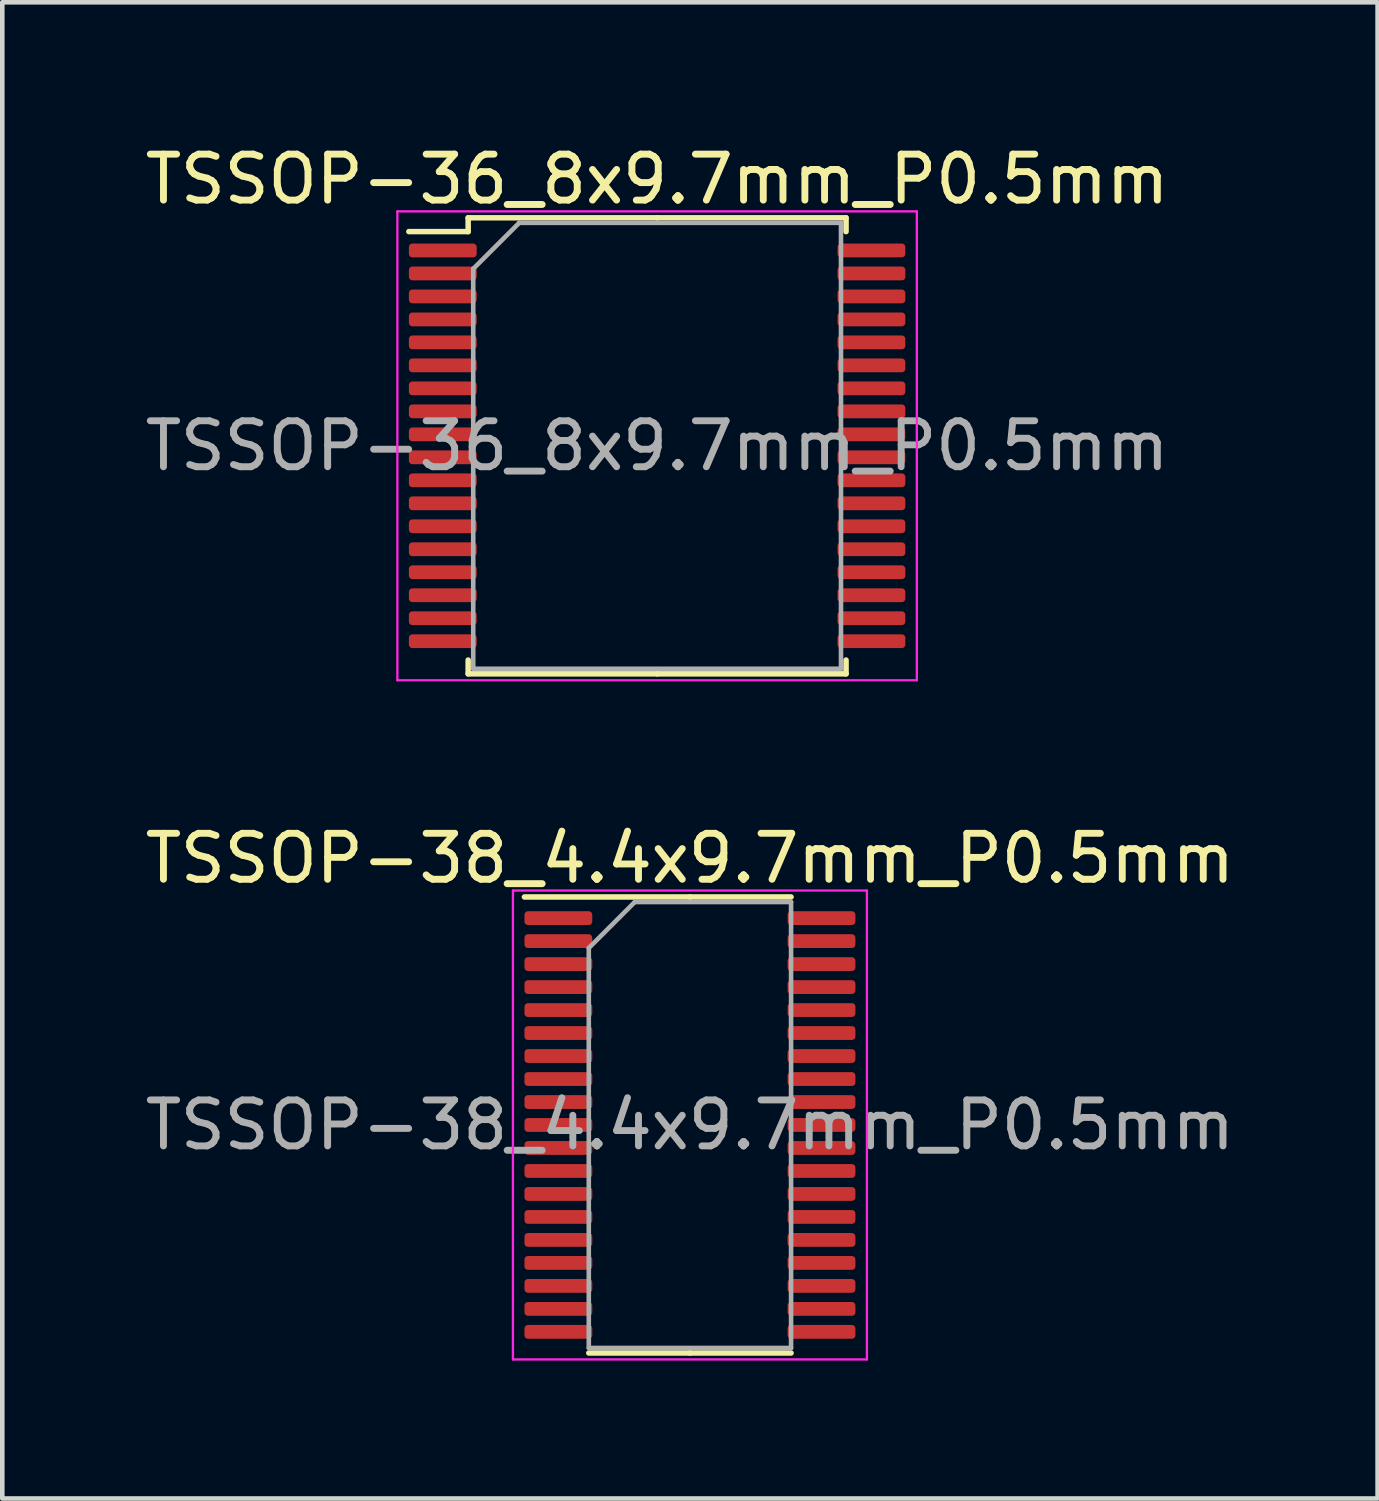
<source format=kicad_pcb>
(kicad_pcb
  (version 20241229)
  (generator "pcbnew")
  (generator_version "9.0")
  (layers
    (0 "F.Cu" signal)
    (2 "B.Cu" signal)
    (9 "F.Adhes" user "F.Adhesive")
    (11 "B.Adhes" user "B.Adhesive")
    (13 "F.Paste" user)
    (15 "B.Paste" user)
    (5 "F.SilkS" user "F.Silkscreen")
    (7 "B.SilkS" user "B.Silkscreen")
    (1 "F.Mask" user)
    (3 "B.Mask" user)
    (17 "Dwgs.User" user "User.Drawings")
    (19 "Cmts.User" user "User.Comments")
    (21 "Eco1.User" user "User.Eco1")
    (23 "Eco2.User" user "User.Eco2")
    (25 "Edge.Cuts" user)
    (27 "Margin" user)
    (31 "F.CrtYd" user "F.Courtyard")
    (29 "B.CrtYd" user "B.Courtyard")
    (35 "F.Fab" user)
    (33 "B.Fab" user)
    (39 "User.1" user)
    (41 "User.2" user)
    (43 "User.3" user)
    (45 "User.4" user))
  (footprint "TSSOP-36_8x9.7mm_P0.5mm"
    (layer "F.Cu")
    (at 11.244 6.648)
    (property "Reference" "TSSOP-36_8x9.7mm_P0.5mm" (at 0 -5.8 0) (layer "F.SilkS") (effects (font (size 1 1) (thickness 0.15))))
    (attr smd)
    (fp_line (start -4.11 -4.96) (end -4.11 -4.66) (stroke (width 0.12) (type solid)) (layer "F.SilkS"))
    (fp_line (start -4.11 -4.66) (end -5.4 -4.66) (stroke (width 0.12) (type solid)) (layer "F.SilkS"))
    (fp_line (start -4.11 4.96) (end -4.11 4.66) (stroke (width 0.12) (type solid)) (layer "F.SilkS"))
    (fp_line (start 0 -4.96) (end -4.11 -4.96) (stroke (width 0.12) (type solid)) (layer "F.SilkS"))
    (fp_line (start 0 -4.96) (end 4.11 -4.96) (stroke (width 0.12) (type solid)) (layer "F.SilkS"))
    (fp_line (start 0 4.96) (end -4.11 4.96) (stroke (width 0.12) (type solid)) (layer "F.SilkS"))
    (fp_line (start 0 4.96) (end 4.11 4.96) (stroke (width 0.12) (type solid)) (layer "F.SilkS"))
    (fp_line (start 4.11 -4.96) (end 4.11 -4.66) (stroke (width 0.12) (type solid)) (layer "F.SilkS"))
    (fp_line (start 4.11 4.96) (end 4.11 4.66) (stroke (width 0.12) (type solid)) (layer "F.SilkS"))
    (fp_line (start -5.65 -5.1) (end -5.65 5.1) (stroke (width 0.05) (type solid)) (layer "F.CrtYd"))
    (fp_line (start -5.65 5.1) (end 5.65 5.1) (stroke (width 0.05) (type solid)) (layer "F.CrtYd"))
    (fp_line (start 5.65 -5.1) (end -5.65 -5.1) (stroke (width 0.05) (type solid)) (layer "F.CrtYd"))
    (fp_line (start 5.65 5.1) (end 5.65 -5.1) (stroke (width 0.05) (type solid)) (layer "F.CrtYd"))
    (fp_line (start -4 -3.85) (end -3 -4.85) (stroke (width 0.1) (type solid)) (layer "F.Fab"))
    (fp_line (start -4 4.85) (end -4 -3.85) (stroke (width 0.1) (type solid)) (layer "F.Fab"))
    (fp_line (start -3 -4.85) (end 4 -4.85) (stroke (width 0.1) (type solid)) (layer "F.Fab"))
    (fp_line (start 4 -4.85) (end 4 4.85) (stroke (width 0.1) (type solid)) (layer "F.Fab"))
    (fp_line (start 4 4.85) (end -4 4.85) (stroke (width 0.1) (type solid)) (layer "F.Fab"))
    (fp_text user "${REFERENCE}" (at 0 0 0) (layer "F.Fab") (effects (font (size 1 1) (thickness 0.15))))
    (pad "1" smd roundrect (at -4.662 -4.25) (size 1.475 0.3) (layers "F.Cu" "F.Mask" "F.Paste") (roundrect_rratio 0.25))
    (pad "2" smd roundrect (at -4.662 -3.75) (size 1.475 0.3) (layers "F.Cu" "F.Mask" "F.Paste") (roundrect_rratio 0.25))
    (pad "3" smd roundrect (at -4.662 -3.25) (size 1.475 0.3) (layers "F.Cu" "F.Mask" "F.Paste") (roundrect_rratio 0.25))
    (pad "4" smd roundrect (at -4.662 -2.75) (size 1.475 0.3) (layers "F.Cu" "F.Mask" "F.Paste") (roundrect_rratio 0.25))
    (pad "5" smd roundrect (at -4.662 -2.25) (size 1.475 0.3) (layers "F.Cu" "F.Mask" "F.Paste") (roundrect_rratio 0.25))
    (pad "6" smd roundrect (at -4.662 -1.75) (size 1.475 0.3) (layers "F.Cu" "F.Mask" "F.Paste") (roundrect_rratio 0.25))
    (pad "7" smd roundrect (at -4.662 -1.25) (size 1.475 0.3) (layers "F.Cu" "F.Mask" "F.Paste") (roundrect_rratio 0.25))
    (pad "8" smd roundrect (at -4.662 -0.75) (size 1.475 0.3) (layers "F.Cu" "F.Mask" "F.Paste") (roundrect_rratio 0.25))
    (pad "9" smd roundrect (at -4.662 -0.25) (size 1.475 0.3) (layers "F.Cu" "F.Mask" "F.Paste") (roundrect_rratio 0.25))
    (pad "10" smd roundrect (at -4.662 0.25) (size 1.475 0.3) (layers "F.Cu" "F.Mask" "F.Paste") (roundrect_rratio 0.25))
    (pad "11" smd roundrect (at -4.662 0.75) (size 1.475 0.3) (layers "F.Cu" "F.Mask" "F.Paste") (roundrect_rratio 0.25))
    (pad "12" smd roundrect (at -4.662 1.25) (size 1.475 0.3) (layers "F.Cu" "F.Mask" "F.Paste") (roundrect_rratio 0.25))
    (pad "13" smd roundrect (at -4.662 1.75) (size 1.475 0.3) (layers "F.Cu" "F.Mask" "F.Paste") (roundrect_rratio 0.25))
    (pad "14" smd roundrect (at -4.662 2.25) (size 1.475 0.3) (layers "F.Cu" "F.Mask" "F.Paste") (roundrect_rratio 0.25))
    (pad "15" smd roundrect (at -4.662 2.75) (size 1.475 0.3) (layers "F.Cu" "F.Mask" "F.Paste") (roundrect_rratio 0.25))
    (pad "16" smd roundrect (at -4.662 3.25) (size 1.475 0.3) (layers "F.Cu" "F.Mask" "F.Paste") (roundrect_rratio 0.25))
    (pad "17" smd roundrect (at -4.662 3.75) (size 1.475 0.3) (layers "F.Cu" "F.Mask" "F.Paste") (roundrect_rratio 0.25))
    (pad "18" smd roundrect (at -4.662 4.25) (size 1.475 0.3) (layers "F.Cu" "F.Mask" "F.Paste") (roundrect_rratio 0.25))
    (pad "19" smd roundrect (at 4.662 4.25) (size 1.475 0.3) (layers "F.Cu" "F.Mask" "F.Paste") (roundrect_rratio 0.25))
    (pad "20" smd roundrect (at 4.662 3.75) (size 1.475 0.3) (layers "F.Cu" "F.Mask" "F.Paste") (roundrect_rratio 0.25))
    (pad "21" smd roundrect (at 4.662 3.25) (size 1.475 0.3) (layers "F.Cu" "F.Mask" "F.Paste") (roundrect_rratio 0.25))
    (pad "22" smd roundrect (at 4.662 2.75) (size 1.475 0.3) (layers "F.Cu" "F.Mask" "F.Paste") (roundrect_rratio 0.25))
    (pad "23" smd roundrect (at 4.662 2.25) (size 1.475 0.3) (layers "F.Cu" "F.Mask" "F.Paste") (roundrect_rratio 0.25))
    (pad "24" smd roundrect (at 4.662 1.75) (size 1.475 0.3) (layers "F.Cu" "F.Mask" "F.Paste") (roundrect_rratio 0.25))
    (pad "25" smd roundrect (at 4.662 1.25) (size 1.475 0.3) (layers "F.Cu" "F.Mask" "F.Paste") (roundrect_rratio 0.25))
    (pad "26" smd roundrect (at 4.662 0.75) (size 1.475 0.3) (layers "F.Cu" "F.Mask" "F.Paste") (roundrect_rratio 0.25))
    (pad "27" smd roundrect (at 4.662 0.25) (size 1.475 0.3) (layers "F.Cu" "F.Mask" "F.Paste") (roundrect_rratio 0.25))
    (pad "28" smd roundrect (at 4.662 -0.25) (size 1.475 0.3) (layers "F.Cu" "F.Mask" "F.Paste") (roundrect_rratio 0.25))
    (pad "29" smd roundrect (at 4.662 -0.75) (size 1.475 0.3) (layers "F.Cu" "F.Mask" "F.Paste") (roundrect_rratio 0.25))
    (pad "30" smd roundrect (at 4.662 -1.25) (size 1.475 0.3) (layers "F.Cu" "F.Mask" "F.Paste") (roundrect_rratio 0.25))
    (pad "31" smd roundrect (at 4.662 -1.75) (size 1.475 0.3) (layers "F.Cu" "F.Mask" "F.Paste") (roundrect_rratio 0.25))
    (pad "32" smd roundrect (at 4.662 -2.25) (size 1.475 0.3) (layers "F.Cu" "F.Mask" "F.Paste") (roundrect_rratio 0.25))
    (pad "33" smd roundrect (at 4.662 -2.75) (size 1.475 0.3) (layers "F.Cu" "F.Mask" "F.Paste") (roundrect_rratio 0.25))
    (pad "34" smd roundrect (at 4.662 -3.25) (size 1.475 0.3) (layers "F.Cu" "F.Mask" "F.Paste") (roundrect_rratio 0.25))
    (pad "35" smd roundrect (at 4.662 -3.75) (size 1.475 0.3) (layers "F.Cu" "F.Mask" "F.Paste") (roundrect_rratio 0.25))
    (pad "36" smd roundrect (at 4.662 -4.25) (size 1.475 0.3) (layers "F.Cu" "F.Mask" "F.Paste") (roundrect_rratio 0.25)))
  (footprint "TSSOP-38_4.4x9.7mm_P0.5mm"
    (layer "F.Cu")
    (at 11.958 21.422)
    (property "Reference" "TSSOP-38_4.4x9.7mm_P0.5mm" (at 0 -5.8 0) (layer "F.SilkS") (effects (font (size 1 1) (thickness 0.15))))
    (attr smd)
    (fp_line (start 0 -4.96) (end -3.6 -4.96) (stroke (width 0.12) (type solid)) (layer "F.SilkS"))
    (fp_line (start 0 -4.96) (end 2.2 -4.96) (stroke (width 0.12) (type solid)) (layer "F.SilkS"))
    (fp_line (start 0 4.96) (end -2.2 4.96) (stroke (width 0.12) (type solid)) (layer "F.SilkS"))
    (fp_line (start 0 4.96) (end 2.2 4.96) (stroke (width 0.12) (type solid)) (layer "F.SilkS"))
    (fp_line (start -3.85 -5.1) (end -3.85 5.1) (stroke (width 0.05) (type solid)) (layer "F.CrtYd"))
    (fp_line (start -3.85 5.1) (end 3.85 5.1) (stroke (width 0.05) (type solid)) (layer "F.CrtYd"))
    (fp_line (start 3.85 -5.1) (end -3.85 -5.1) (stroke (width 0.05) (type solid)) (layer "F.CrtYd"))
    (fp_line (start 3.85 5.1) (end 3.85 -5.1) (stroke (width 0.05) (type solid)) (layer "F.CrtYd"))
    (fp_line (start -2.2 -3.85) (end -1.2 -4.85) (stroke (width 0.1) (type solid)) (layer "F.Fab"))
    (fp_line (start -2.2 4.85) (end -2.2 -3.85) (stroke (width 0.1) (type solid)) (layer "F.Fab"))
    (fp_line (start -1.2 -4.85) (end 2.2 -4.85) (stroke (width 0.1) (type solid)) (layer "F.Fab"))
    (fp_line (start 2.2 -4.85) (end 2.2 4.85) (stroke (width 0.1) (type solid)) (layer "F.Fab"))
    (fp_line (start 2.2 4.85) (end -2.2 4.85) (stroke (width 0.1) (type solid)) (layer "F.Fab"))
    (fp_text user "${REFERENCE}" (at 0 0 0) (layer "F.Fab") (effects (font (size 1 1) (thickness 0.15))))
    (pad "1" smd roundrect (at -2.862 -4.5) (size 1.475 0.3) (layers "F.Cu" "F.Mask" "F.Paste") (roundrect_rratio 0.25))
    (pad "2" smd roundrect (at -2.862 -4) (size 1.475 0.3) (layers "F.Cu" "F.Mask" "F.Paste") (roundrect_rratio 0.25))
    (pad "3" smd roundrect (at -2.862 -3.5) (size 1.475 0.3) (layers "F.Cu" "F.Mask" "F.Paste") (roundrect_rratio 0.25))
    (pad "4" smd roundrect (at -2.862 -3) (size 1.475 0.3) (layers "F.Cu" "F.Mask" "F.Paste") (roundrect_rratio 0.25))
    (pad "5" smd roundrect (at -2.862 -2.5) (size 1.475 0.3) (layers "F.Cu" "F.Mask" "F.Paste") (roundrect_rratio 0.25))
    (pad "6" smd roundrect (at -2.862 -2) (size 1.475 0.3) (layers "F.Cu" "F.Mask" "F.Paste") (roundrect_rratio 0.25))
    (pad "7" smd roundrect (at -2.862 -1.5) (size 1.475 0.3) (layers "F.Cu" "F.Mask" "F.Paste") (roundrect_rratio 0.25))
    (pad "8" smd roundrect (at -2.862 -1) (size 1.475 0.3) (layers "F.Cu" "F.Mask" "F.Paste") (roundrect_rratio 0.25))
    (pad "9" smd roundrect (at -2.862 -0.5) (size 1.475 0.3) (layers "F.Cu" "F.Mask" "F.Paste") (roundrect_rratio 0.25))
    (pad "10" smd roundrect (at -2.862 0) (size 1.475 0.3) (layers "F.Cu" "F.Mask" "F.Paste") (roundrect_rratio 0.25))
    (pad "11" smd roundrect (at -2.862 0.5) (size 1.475 0.3) (layers "F.Cu" "F.Mask" "F.Paste") (roundrect_rratio 0.25))
    (pad "12" smd roundrect (at -2.862 1) (size 1.475 0.3) (layers "F.Cu" "F.Mask" "F.Paste") (roundrect_rratio 0.25))
    (pad "13" smd roundrect (at -2.862 1.5) (size 1.475 0.3) (layers "F.Cu" "F.Mask" "F.Paste") (roundrect_rratio 0.25))
    (pad "14" smd roundrect (at -2.862 2) (size 1.475 0.3) (layers "F.Cu" "F.Mask" "F.Paste") (roundrect_rratio 0.25))
    (pad "15" smd roundrect (at -2.862 2.5) (size 1.475 0.3) (layers "F.Cu" "F.Mask" "F.Paste") (roundrect_rratio 0.25))
    (pad "16" smd roundrect (at -2.862 3) (size 1.475 0.3) (layers "F.Cu" "F.Mask" "F.Paste") (roundrect_rratio 0.25))
    (pad "17" smd roundrect (at -2.862 3.5) (size 1.475 0.3) (layers "F.Cu" "F.Mask" "F.Paste") (roundrect_rratio 0.25))
    (pad "18" smd roundrect (at -2.862 4) (size 1.475 0.3) (layers "F.Cu" "F.Mask" "F.Paste") (roundrect_rratio 0.25))
    (pad "19" smd roundrect (at -2.862 4.5) (size 1.475 0.3) (layers "F.Cu" "F.Mask" "F.Paste") (roundrect_rratio 0.25))
    (pad "20" smd roundrect (at 2.862 4.5) (size 1.475 0.3) (layers "F.Cu" "F.Mask" "F.Paste") (roundrect_rratio 0.25))
    (pad "21" smd roundrect (at 2.862 4) (size 1.475 0.3) (layers "F.Cu" "F.Mask" "F.Paste") (roundrect_rratio 0.25))
    (pad "22" smd roundrect (at 2.862 3.5) (size 1.475 0.3) (layers "F.Cu" "F.Mask" "F.Paste") (roundrect_rratio 0.25))
    (pad "23" smd roundrect (at 2.862 3) (size 1.475 0.3) (layers "F.Cu" "F.Mask" "F.Paste") (roundrect_rratio 0.25))
    (pad "24" smd roundrect (at 2.862 2.5) (size 1.475 0.3) (layers "F.Cu" "F.Mask" "F.Paste") (roundrect_rratio 0.25))
    (pad "25" smd roundrect (at 2.862 2) (size 1.475 0.3) (layers "F.Cu" "F.Mask" "F.Paste") (roundrect_rratio 0.25))
    (pad "26" smd roundrect (at 2.862 1.5) (size 1.475 0.3) (layers "F.Cu" "F.Mask" "F.Paste") (roundrect_rratio 0.25))
    (pad "27" smd roundrect (at 2.862 1) (size 1.475 0.3) (layers "F.Cu" "F.Mask" "F.Paste") (roundrect_rratio 0.25))
    (pad "28" smd roundrect (at 2.862 0.5) (size 1.475 0.3) (layers "F.Cu" "F.Mask" "F.Paste") (roundrect_rratio 0.25))
    (pad "29" smd roundrect (at 2.862 0) (size 1.475 0.3) (layers "F.Cu" "F.Mask" "F.Paste") (roundrect_rratio 0.25))
    (pad "30" smd roundrect (at 2.862 -0.5) (size 1.475 0.3) (layers "F.Cu" "F.Mask" "F.Paste") (roundrect_rratio 0.25))
    (pad "31" smd roundrect (at 2.862 -1) (size 1.475 0.3) (layers "F.Cu" "F.Mask" "F.Paste") (roundrect_rratio 0.25))
    (pad "32" smd roundrect (at 2.862 -1.5) (size 1.475 0.3) (layers "F.Cu" "F.Mask" "F.Paste") (roundrect_rratio 0.25))
    (pad "33" smd roundrect (at 2.862 -2) (size 1.475 0.3) (layers "F.Cu" "F.Mask" "F.Paste") (roundrect_rratio 0.25))
    (pad "34" smd roundrect (at 2.862 -2.5) (size 1.475 0.3) (layers "F.Cu" "F.Mask" "F.Paste") (roundrect_rratio 0.25))
    (pad "35" smd roundrect (at 2.862 -3) (size 1.475 0.3) (layers "F.Cu" "F.Mask" "F.Paste") (roundrect_rratio 0.25))
    (pad "36" smd roundrect (at 2.862 -3.5) (size 1.475 0.3) (layers "F.Cu" "F.Mask" "F.Paste") (roundrect_rratio 0.25))
    (pad "37" smd roundrect (at 2.862 -4) (size 1.475 0.3) (layers "F.Cu" "F.Mask" "F.Paste") (roundrect_rratio 0.25))
    (pad "38" smd roundrect (at 2.862 -4.5) (size 1.475 0.3) (layers "F.Cu" "F.Mask" "F.Paste") (roundrect_rratio 0.25)))
  (gr_rect
    (start -3 -3)
    (end 26.917 29.547)
    (stroke (width 0.1) (type default))
    (fill no)
    (layer "Edge.Cuts")))
</source>
